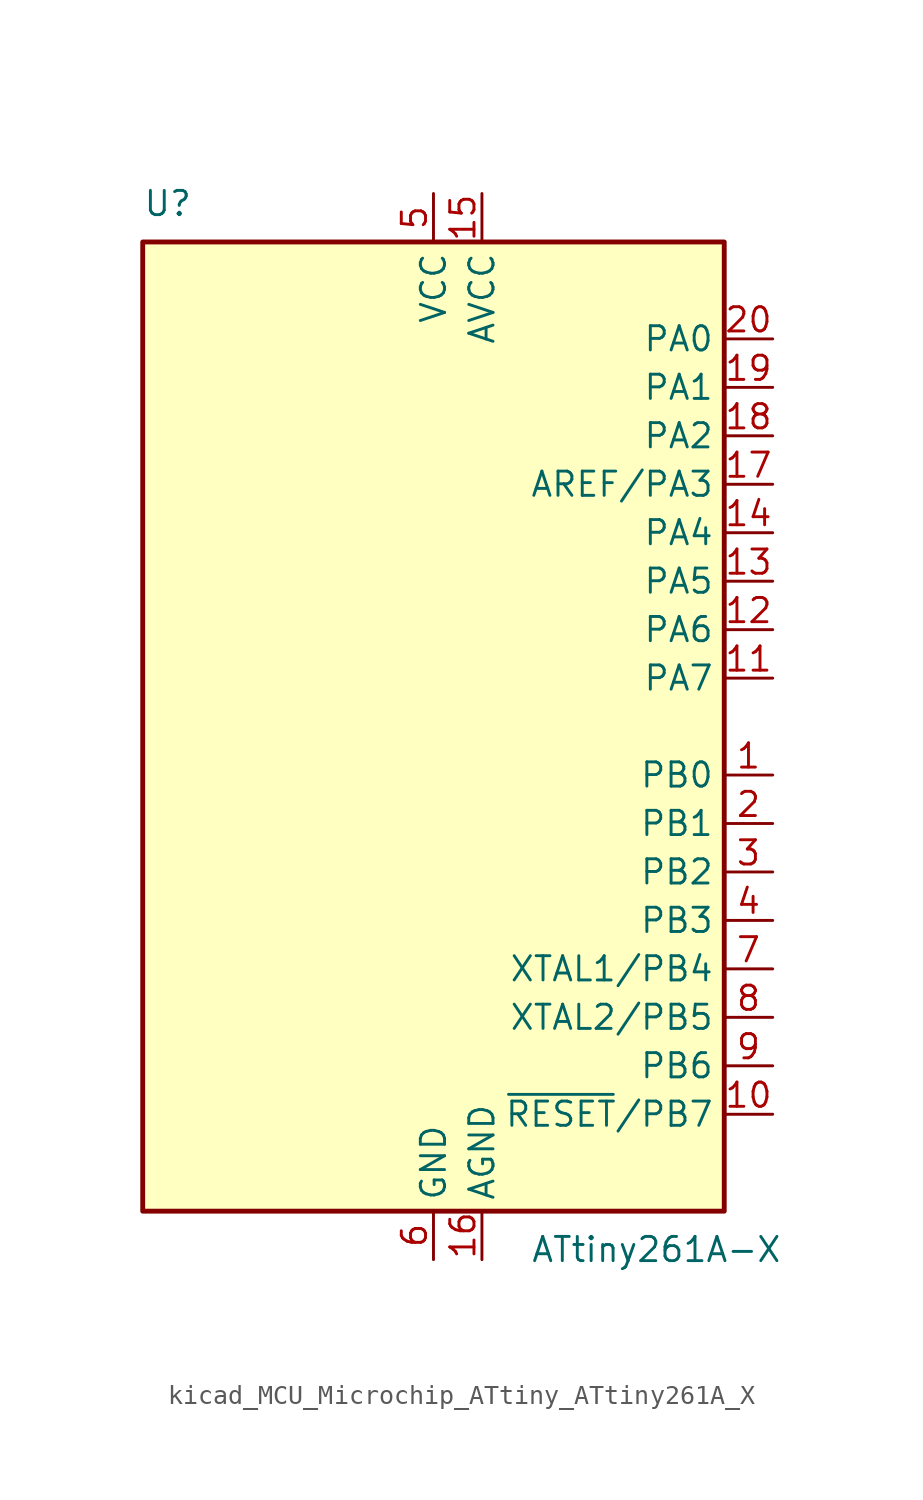
<source format=kicad_sym>
(kicad_symbol_lib
  (version 20220914)
  (generator kicad_symbol_editor)
  (symbol "kicad_MCU_Microchip_ATtiny_ATtiny261A_X"
    (property "Reference" "U"
      (at -15.24 26.67 0)
      (effects (font (size 1.27 1.27)) (justify left bottom)))
    (property "Value" "ATtiny261A-X"
      (at 5.08 -26.67 0)
      (effects (font (size 1.27 1.27)) (justify left top)))
    (symbol "kicad_MCU_Microchip_ATtiny_ATtiny261A_X_0_1"
      (rectangle (start -15.24 -25.4) (end 15.24 25.4) (stroke (width 0.254) (type default)) (fill (type background))))
    (symbol "kicad_MCU_Microchip_ATtiny_ATtiny261A_X_1_1"
      (pin bidirectional line (at 17.78 -2.54 180) (length 2.54) (name "PB0" (effects (font (size 1.27 1.27)))) (number "1" (effects (font (size 1.27 1.27)))))
      (pin bidirectional line (at 17.78 -20.32 180) (length 2.54) (name "~{RESET}/PB7" (effects (font (size 1.27 1.27)))) (number "10" (effects (font (size 1.27 1.27)))))
      (pin bidirectional line (at 17.78 2.54 180) (length 2.54) (name "PA7" (effects (font (size 1.27 1.27)))) (number "11" (effects (font (size 1.27 1.27)))))
      (pin bidirectional line (at 17.78 5.08 180) (length 2.54) (name "PA6" (effects (font (size 1.27 1.27)))) (number "12" (effects (font (size 1.27 1.27)))))
      (pin bidirectional line (at 17.78 7.62 180) (length 2.54) (name "PA5" (effects (font (size 1.27 1.27)))) (number "13" (effects (font (size 1.27 1.27)))))
      (pin bidirectional line (at 17.78 10.16 180) (length 2.54) (name "PA4" (effects (font (size 1.27 1.27)))) (number "14" (effects (font (size 1.27 1.27)))))
      (pin power_in line (at 2.54 27.94 270) (length 2.54) (name "AVCC" (effects (font (size 1.27 1.27)))) (number "15" (effects (font (size 1.27 1.27)))))
      (pin power_in line (at 2.54 -27.94 90) (length 2.54) (name "AGND" (effects (font (size 1.27 1.27)))) (number "16" (effects (font (size 1.27 1.27)))))
      (pin bidirectional line (at 17.78 12.7 180) (length 2.54) (name "AREF/PA3" (effects (font (size 1.27 1.27)))) (number "17" (effects (font (size 1.27 1.27)))))
      (pin bidirectional line (at 17.78 15.24 180) (length 2.54) (name "PA2" (effects (font (size 1.27 1.27)))) (number "18" (effects (font (size 1.27 1.27)))))
      (pin bidirectional line (at 17.78 17.78 180) (length 2.54) (name "PA1" (effects (font (size 1.27 1.27)))) (number "19" (effects (font (size 1.27 1.27)))))
      (pin bidirectional line (at 17.78 -5.08 180) (length 2.54) (name "PB1" (effects (font (size 1.27 1.27)))) (number "2" (effects (font (size 1.27 1.27)))))
      (pin bidirectional line (at 17.78 20.32 180) (length 2.54) (name "PA0" (effects (font (size 1.27 1.27)))) (number "20" (effects (font (size 1.27 1.27)))))
      (pin bidirectional line (at 17.78 -7.62 180) (length 2.54) (name "PB2" (effects (font (size 1.27 1.27)))) (number "3" (effects (font (size 1.27 1.27)))))
      (pin bidirectional line (at 17.78 -10.16 180) (length 2.54) (name "PB3" (effects (font (size 1.27 1.27)))) (number "4" (effects (font (size 1.27 1.27)))))
      (pin power_in line (at 0 27.94 270) (length 2.54) (name "VCC" (effects (font (size 1.27 1.27)))) (number "5" (effects (font (size 1.27 1.27)))))
      (pin power_in line (at 0 -27.94 90) (length 2.54) (name "GND" (effects (font (size 1.27 1.27)))) (number "6" (effects (font (size 1.27 1.27)))))
      (pin bidirectional line (at 17.78 -12.7 180) (length 2.54) (name "XTAL1/PB4" (effects (font (size 1.27 1.27)))) (number "7" (effects (font (size 1.27 1.27)))))
      (pin bidirectional line (at 17.78 -15.24 180) (length 2.54) (name "XTAL2/PB5" (effects (font (size 1.27 1.27)))) (number "8" (effects (font (size 1.27 1.27)))))
      (pin bidirectional line (at 17.78 -17.78 180) (length 2.54) (name "PB6" (effects (font (size 1.27 1.27)))) (number "9" (effects (font (size 1.27 1.27))))))))
</source>
